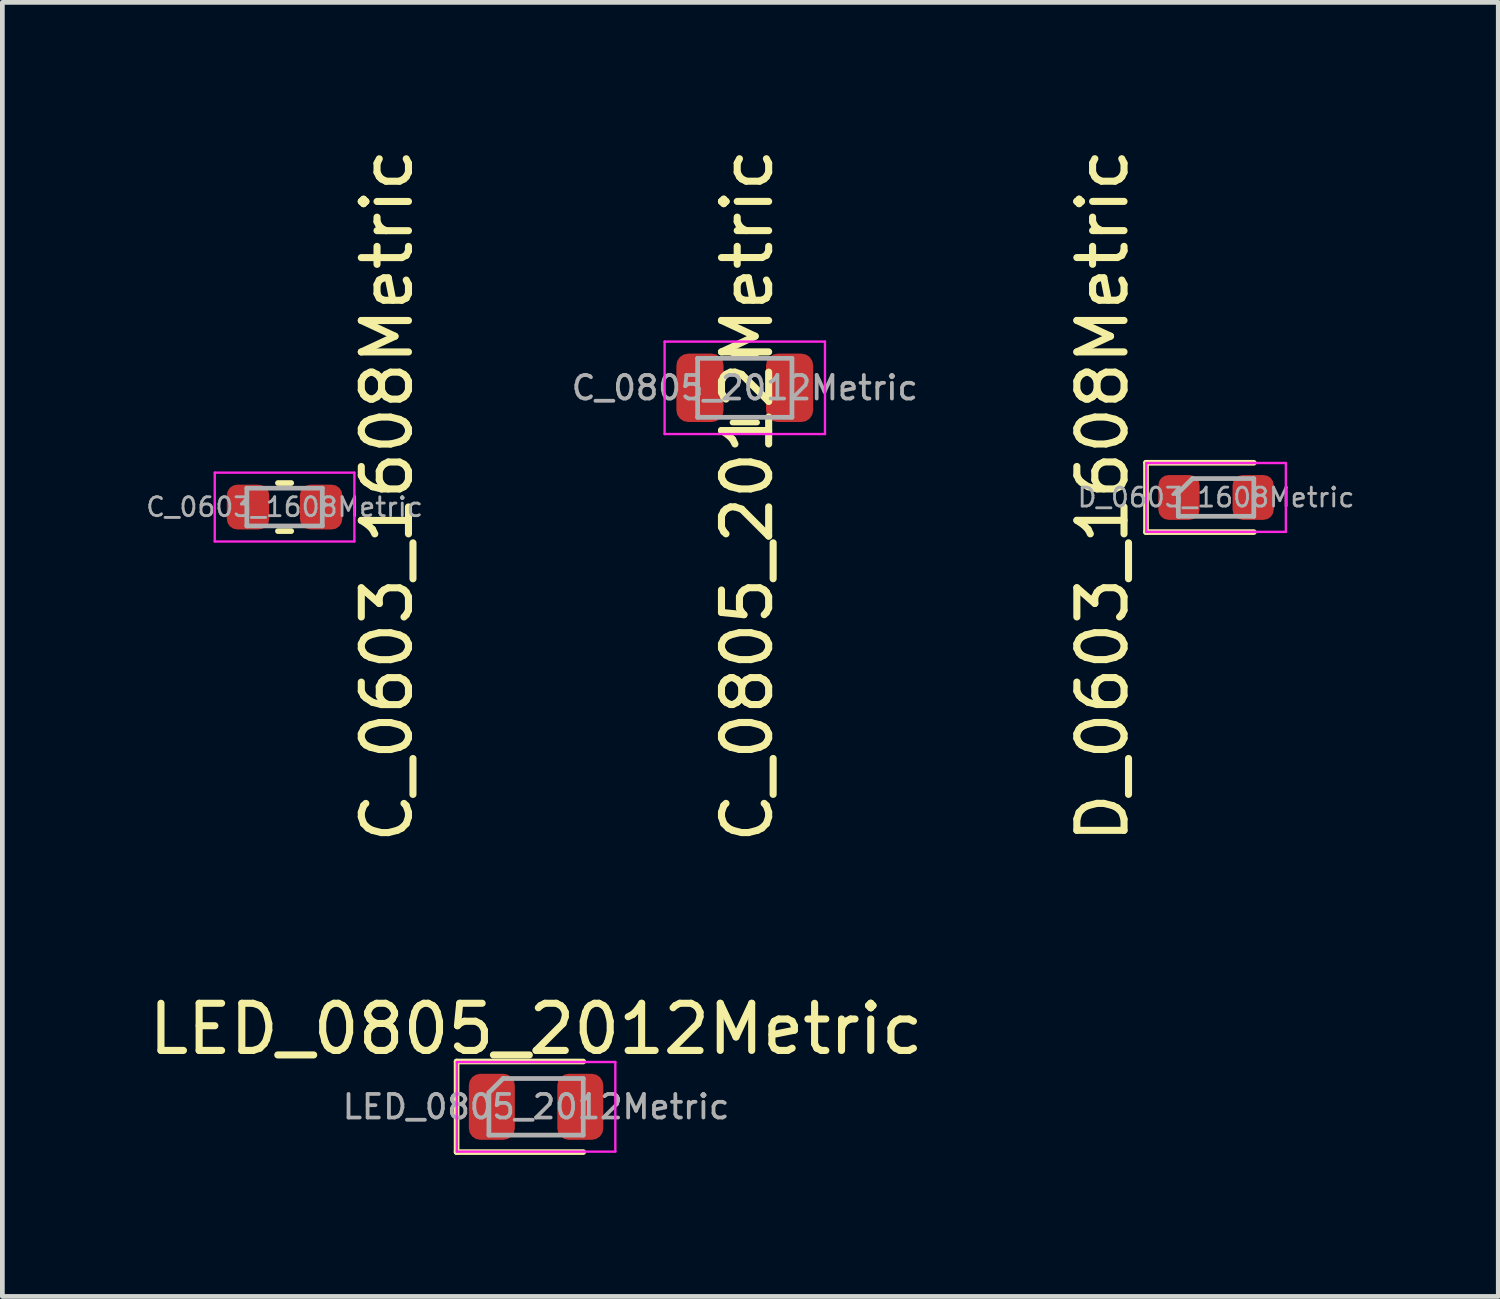
<source format=kicad_pcb>
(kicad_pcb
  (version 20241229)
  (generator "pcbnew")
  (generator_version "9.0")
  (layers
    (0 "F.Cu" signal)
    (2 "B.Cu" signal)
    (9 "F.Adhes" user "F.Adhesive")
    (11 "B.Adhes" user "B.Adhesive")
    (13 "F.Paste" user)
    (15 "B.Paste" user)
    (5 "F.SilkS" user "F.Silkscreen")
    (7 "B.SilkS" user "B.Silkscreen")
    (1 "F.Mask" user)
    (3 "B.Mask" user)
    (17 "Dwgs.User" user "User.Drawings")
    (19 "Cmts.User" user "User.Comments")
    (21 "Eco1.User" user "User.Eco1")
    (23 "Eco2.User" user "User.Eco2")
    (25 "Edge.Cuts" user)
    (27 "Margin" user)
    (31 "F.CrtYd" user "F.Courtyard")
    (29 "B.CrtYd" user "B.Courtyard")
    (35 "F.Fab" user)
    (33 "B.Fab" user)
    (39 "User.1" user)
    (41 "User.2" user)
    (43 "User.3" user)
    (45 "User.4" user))
  (footprint "C_0805_2012Metric"
    (layer "F.Cu")
    (at 12.74 5.172)
    (property "Reference" "C_0805_2012Metric" (at 0.051 2.286 90) (layer "F.SilkS") (effects (font (size 1 1) (thickness 0.15))))
    (attr smd)
    (fp_line (start -0.261 -0.735) (end 0.261 -0.735) (stroke (width 0.12) (type solid)) (layer "F.SilkS"))
    (fp_line (start -0.261 0.735) (end 0.261 0.735) (stroke (width 0.12) (type solid)) (layer "F.SilkS"))
    (fp_line (start -1.7 -0.98) (end 1.7 -0.98) (stroke (width 0.05) (type solid)) (layer "F.CrtYd"))
    (fp_line (start -1.7 0.98) (end -1.7 -0.98) (stroke (width 0.05) (type solid)) (layer "F.CrtYd"))
    (fp_line (start 1.7 -0.98) (end 1.7 0.98) (stroke (width 0.05) (type solid)) (layer "F.CrtYd"))
    (fp_line (start 1.7 0.98) (end -1.7 0.98) (stroke (width 0.05) (type solid)) (layer "F.CrtYd"))
    (fp_line (start -1 -0.625) (end 1 -0.625) (stroke (width 0.1) (type solid)) (layer "F.Fab"))
    (fp_line (start -1 0.625) (end -1 -0.625) (stroke (width 0.1) (type solid)) (layer "F.Fab"))
    (fp_line (start 1 -0.625) (end 1 0.625) (stroke (width 0.1) (type solid)) (layer "F.Fab"))
    (fp_line (start 1 0.625) (end -1 0.625) (stroke (width 0.1) (type solid)) (layer "F.Fab"))
    (fp_text user "${REFERENCE}" (at 0 0 180) (layer "F.Fab") (effects (font (size 0.5 0.5) (thickness 0.08))))
    (pad "1" smd roundrect (at -0.95 0) (size 1 1.45) (layers "F.Cu" "F.Mask" "F.Paste") (roundrect_rratio 0.25))
    (pad "2" smd roundrect (at 0.95 0) (size 1 1.45) (layers "F.Cu" "F.Mask" "F.Paste") (roundrect_rratio 0.25)))
  (footprint "C_0603_1608Metric"
    (layer "F.Cu")
    (at 2.983 7.7)
    (property "Reference" "C_0603_1608Metric" (at 2.172 -0.241 270) (layer "F.SilkS") (effects (font (size 1 1) (thickness 0.15))))
    (attr smd)
    (fp_line (start -0.141 -0.51) (end 0.141 -0.51) (stroke (width 0.12) (type solid)) (layer "F.SilkS"))
    (fp_line (start -0.141 0.51) (end 0.141 0.51) (stroke (width 0.12) (type solid)) (layer "F.SilkS"))
    (fp_line (start -1.48 -0.73) (end 1.48 -0.73) (stroke (width 0.05) (type solid)) (layer "F.CrtYd"))
    (fp_line (start -1.48 0.73) (end -1.48 -0.73) (stroke (width 0.05) (type solid)) (layer "F.CrtYd"))
    (fp_line (start 1.48 -0.73) (end 1.48 0.73) (stroke (width 0.05) (type solid)) (layer "F.CrtYd"))
    (fp_line (start 1.48 0.73) (end -1.48 0.73) (stroke (width 0.05) (type solid)) (layer "F.CrtYd"))
    (fp_line (start -0.8 -0.4) (end 0.8 -0.4) (stroke (width 0.1) (type solid)) (layer "F.Fab"))
    (fp_line (start -0.8 0.4) (end -0.8 -0.4) (stroke (width 0.1) (type solid)) (layer "F.Fab"))
    (fp_line (start 0.8 -0.4) (end 0.8 0.4) (stroke (width 0.1) (type solid)) (layer "F.Fab"))
    (fp_line (start 0.8 0.4) (end -0.8 0.4) (stroke (width 0.1) (type solid)) (layer "F.Fab"))
    (fp_text user "${REFERENCE}" (at 0 0 180) (layer "F.Fab") (effects (font (size 0.4 0.4) (thickness 0.06))))
    (pad "1" smd roundrect (at -0.775 0) (size 0.9 0.95) (layers "F.Cu" "F.Mask" "F.Paste") (roundrect_rratio 0.25))
    (pad "2" smd roundrect (at 0.775 0) (size 0.9 0.95) (layers "F.Cu" "F.Mask" "F.Paste") (roundrect_rratio 0.25)))
  (footprint "D_0603_1608Metric"
    (layer "F.Cu")
    (at 22.731 7.496)
    (property "Reference" "D_0603_1608Metric" (at -2.406 -0.038 270) (layer "F.SilkS") (effects (font (size 1 1) (thickness 0.15))))
    (attr smd)
    (fp_line (start -1.485 -0.735) (end -1.485 0.735) (stroke (width 0.12) (type solid)) (layer "F.SilkS"))
    (fp_line (start -1.485 0.735) (end 0.8 0.735) (stroke (width 0.12) (type solid)) (layer "F.SilkS"))
    (fp_line (start 0.8 -0.735) (end -1.485 -0.735) (stroke (width 0.12) (type solid)) (layer "F.SilkS"))
    (fp_line (start -1.48 -0.73) (end 1.48 -0.73) (stroke (width 0.05) (type solid)) (layer "F.CrtYd"))
    (fp_line (start -1.48 0.73) (end -1.48 -0.73) (stroke (width 0.05) (type solid)) (layer "F.CrtYd"))
    (fp_line (start 1.48 -0.73) (end 1.48 0.73) (stroke (width 0.05) (type solid)) (layer "F.CrtYd"))
    (fp_line (start 1.48 0.73) (end -1.48 0.73) (stroke (width 0.05) (type solid)) (layer "F.CrtYd"))
    (fp_line (start -0.8 -0.1) (end -0.8 0.4) (stroke (width 0.1) (type solid)) (layer "F.Fab"))
    (fp_line (start -0.8 0.4) (end 0.8 0.4) (stroke (width 0.1) (type solid)) (layer "F.Fab"))
    (fp_line (start -0.5 -0.4) (end -0.8 -0.1) (stroke (width 0.1) (type solid)) (layer "F.Fab"))
    (fp_line (start 0.8 -0.4) (end -0.5 -0.4) (stroke (width 0.1) (type solid)) (layer "F.Fab"))
    (fp_line (start 0.8 0.4) (end 0.8 -0.4) (stroke (width 0.1) (type solid)) (layer "F.Fab"))
    (fp_text user "${REFERENCE}" (at 0 0 180) (layer "F.Fab") (effects (font (size 0.4 0.4) (thickness 0.06))))
    (pad "1" smd roundrect (at -0.787 0) (size 0.875 0.95) (layers "F.Cu" "F.Mask" "F.Paste") (roundrect_rratio 0.25))
    (pad "2" smd roundrect (at 0.787 0) (size 0.875 0.95) (layers "F.Cu" "F.Mask" "F.Paste") (roundrect_rratio 0.25)))
  (footprint "LED_0805_2012Metric"
    (layer "F.Cu")
    (at 8.315 20.415)
    (property "Reference" "LED_0805_2012Metric" (at 0 -1.65 0) (layer "F.SilkS") (effects (font (size 1 1) (thickness 0.15))))
    (attr smd)
    (fp_line (start -1.685 -0.96) (end -1.685 0.96) (stroke (width 0.12) (type solid)) (layer "F.SilkS"))
    (fp_line (start -1.685 0.96) (end 1 0.96) (stroke (width 0.12) (type solid)) (layer "F.SilkS"))
    (fp_line (start 1 -0.96) (end -1.685 -0.96) (stroke (width 0.12) (type solid)) (layer "F.SilkS"))
    (fp_line (start -1.68 -0.95) (end 1.68 -0.95) (stroke (width 0.05) (type solid)) (layer "F.CrtYd"))
    (fp_line (start -1.68 0.95) (end -1.68 -0.95) (stroke (width 0.05) (type solid)) (layer "F.CrtYd"))
    (fp_line (start 1.68 -0.95) (end 1.68 0.95) (stroke (width 0.05) (type solid)) (layer "F.CrtYd"))
    (fp_line (start 1.68 0.95) (end -1.68 0.95) (stroke (width 0.05) (type solid)) (layer "F.CrtYd"))
    (fp_line (start -1 -0.3) (end -1 0.6) (stroke (width 0.1) (type solid)) (layer "F.Fab"))
    (fp_line (start -1 0.6) (end 1 0.6) (stroke (width 0.1) (type solid)) (layer "F.Fab"))
    (fp_line (start -0.7 -0.6) (end -1 -0.3) (stroke (width 0.1) (type solid)) (layer "F.Fab"))
    (fp_line (start 1 -0.6) (end -0.7 -0.6) (stroke (width 0.1) (type solid)) (layer "F.Fab"))
    (fp_line (start 1 0.6) (end 1 -0.6) (stroke (width 0.1) (type solid)) (layer "F.Fab"))
    (fp_text user "${REFERENCE}" (at 0 0 0) (layer "F.Fab") (effects (font (size 0.5 0.5) (thickness 0.08))))
    (pad "1" smd roundrect (at -0.938 0) (size 0.975 1.4) (layers "F.Cu" "F.Mask" "F.Paste") (roundrect_rratio 0.25))
    (pad "2" smd roundrect (at 0.938 0) (size 0.975 1.4) (layers "F.Cu" "F.Mask" "F.Paste") (roundrect_rratio 0.25)))
  (gr_rect
    (start -3 -3)
    (end 28.714 24.435)
    (stroke (width 0.1) (type default))
    (fill no)
    (layer "Edge.Cuts")))
</source>
